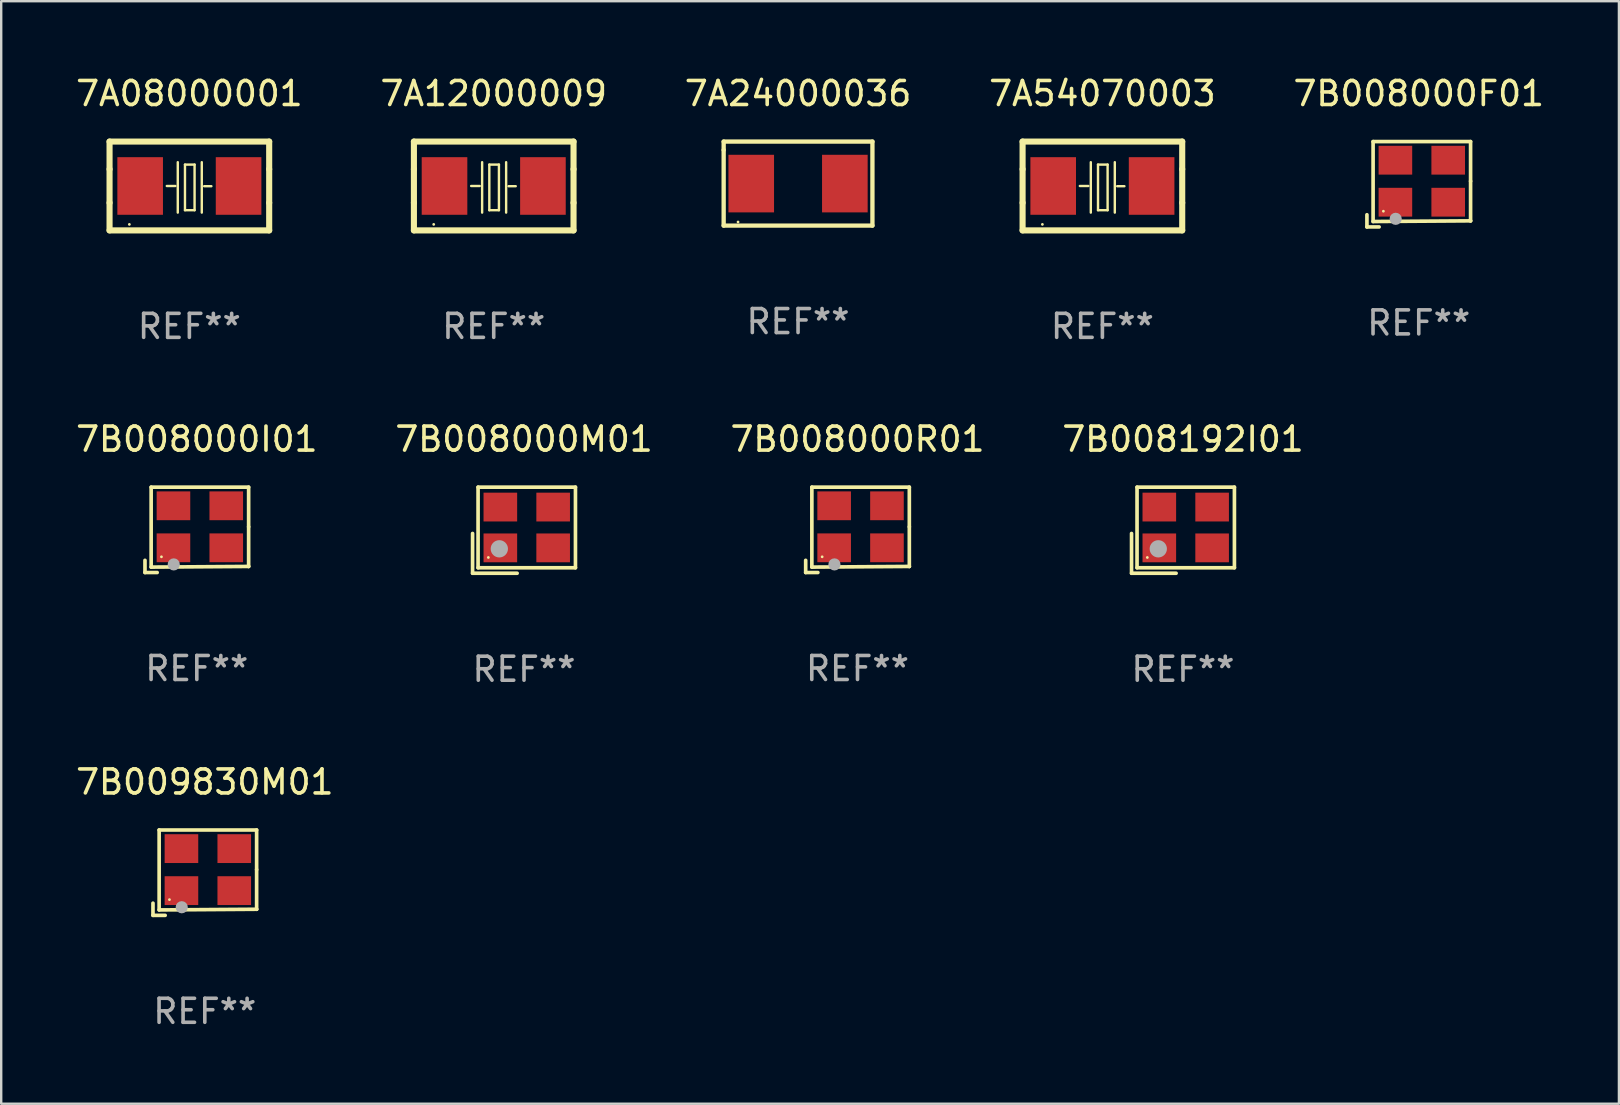
<source format=kicad_pcb>
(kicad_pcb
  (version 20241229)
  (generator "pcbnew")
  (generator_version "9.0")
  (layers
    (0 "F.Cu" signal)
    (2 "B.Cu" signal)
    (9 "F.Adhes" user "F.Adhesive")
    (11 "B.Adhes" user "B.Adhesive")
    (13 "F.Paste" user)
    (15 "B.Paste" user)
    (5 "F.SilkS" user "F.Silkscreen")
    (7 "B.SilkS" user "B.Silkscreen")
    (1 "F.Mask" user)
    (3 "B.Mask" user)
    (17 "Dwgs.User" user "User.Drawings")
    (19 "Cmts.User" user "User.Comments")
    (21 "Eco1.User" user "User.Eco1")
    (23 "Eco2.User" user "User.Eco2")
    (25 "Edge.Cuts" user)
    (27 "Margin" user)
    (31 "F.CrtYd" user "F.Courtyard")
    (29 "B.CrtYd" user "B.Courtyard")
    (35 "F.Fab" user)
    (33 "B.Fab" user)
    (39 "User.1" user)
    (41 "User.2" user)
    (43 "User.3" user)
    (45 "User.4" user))
  (footprint "7B008000R01"
    (layer "F.Cu")
    (at 32.673 19.023)
    (property "Reference" "7B008000R01" (at 0 -3.778 0) (layer "F.SilkS") (effects (font (size 1 1) (thickness 0.15))))
    (attr through_hole)
    (fp_line (start -2.159 1.27) (end -2.159 1.778) (stroke (width 0.152) (type solid)) (layer "F.SilkS"))
    (fp_line (start -2.159 1.778) (end -1.651 1.778) (stroke (width 0.152) (type solid)) (layer "F.SilkS"))
    (fp_line (start -1.902 -1.778) (end 2.159 -1.778) (stroke (width 0.152) (type solid)) (layer "F.SilkS"))
    (fp_line (start -1.902 1.552) (end -1.902 -1.778) (stroke (width 0.152) (type solid)) (layer "F.SilkS"))
    (fp_line (start 2.159 -1.778) (end 2.159 -0.127) (stroke (width 0.152) (type solid)) (layer "F.SilkS"))
    (fp_line (start 2.159 -0.127) (end 2.159 1.524) (stroke (width 0.152) (type solid)) (layer "F.SilkS"))
    (fp_line (start 2.159 1.524) (end -1.902 1.552) (stroke (width 0.152) (type solid)) (layer "F.SilkS"))
    (fp_line (start 2.159 1.524) (end 2.159 1.524) (stroke (width 0.152) (type solid)) (layer "F.SilkS"))
    (fp_circle (center -1.473 1.123) (end -1.443 1.123) (stroke (width 0.06) (type solid)) (fill no) (layer "F.SilkS"))
    (fp_circle (center -0.961 1.44) (end -0.834 1.44) (stroke (width 0.254) (type solid)) (fill no) (layer "F.Fab"))
    (fp_text user "REF**" (at 0 5.778 0) (layer "F.Fab") (effects (font (size 1 1) (thickness 0.15))))
    (pad "1" smd rect (at -0.973 0.748) (size 1.4 1.2) (layers "F.Cu" "F.Mask" "F.Paste"))
    (pad "2" smd rect (at 1.227 0.748) (size 1.4 1.2) (layers "F.Cu" "F.Mask" "F.Paste"))
    (pad "3" smd rect (at 1.227 -1.002) (size 1.4 1.2) (layers "F.Cu" "F.Mask" "F.Paste"))
    (pad "4" smd rect (at -0.973 -1.002) (size 1.4 1.2) (layers "F.Cu" "F.Mask" "F.Paste")))
  (footprint "7B008192I01"
    (layer "F.Cu")
    (at 46.232 19.038)
    (property "Reference" "7B008192I01" (at 0 -3.793 0) (layer "F.SilkS") (effects (font (size 1 1) (thickness 0.15))))
    (attr through_hole)
    (fp_line (start -2.143 0.136) (end -2.143 1.793) (stroke (width 0.152) (type solid)) (layer "F.SilkS"))
    (fp_line (start -2.143 1.793) (end -0.286 1.793) (stroke (width 0.152) (type solid)) (layer "F.SilkS"))
    (fp_line (start -1.914 -1.793) (end 2.143 -1.793) (stroke (width 0.152) (type solid)) (layer "F.SilkS"))
    (fp_line (start -1.914 1.564) (end -1.914 -1.793) (stroke (width 0.152) (type solid)) (layer "F.SilkS"))
    (fp_line (start 2.143 -1.793) (end 2.143 1.564) (stroke (width 0.152) (type solid)) (layer "F.SilkS"))
    (fp_line (start 2.143 1.564) (end -1.914 1.564) (stroke (width 0.152) (type solid)) (layer "F.SilkS"))
    (fp_circle (center -1.486 1.136) (end -1.456 1.136) (stroke (width 0.06) (type solid)) (fill no) (layer "F.SilkS"))
    (fp_circle (center -1.029 0.775) (end -0.849 0.775) (stroke (width 0.36) (type solid)) (fill no) (layer "F.Fab"))
    (fp_text user "REF**" (at 0 5.793 0) (layer "F.Fab") (effects (font (size 1 1) (thickness 0.15))))
    (pad "1" smd rect (at -0.986 0.736) (size 1.4 1.2) (layers "F.Cu" "F.Mask" "F.Paste"))
    (pad "2" smd rect (at 1.214 0.736) (size 1.4 1.2) (layers "F.Cu" "F.Mask" "F.Paste"))
    (pad "3" smd rect (at 1.214 -0.964) (size 1.4 1.2) (layers "F.Cu" "F.Mask" "F.Paste"))
    (pad "4" smd rect (at -0.986 -0.964) (size 1.4 1.2) (layers "F.Cu" "F.Mask" "F.Paste")))
  (footprint "7B008000I01"
    (layer "F.Cu")
    (at 5.149 19.023)
    (property "Reference" "7B008000I01" (at 0 -3.778 0) (layer "F.SilkS") (effects (font (size 1 1) (thickness 0.15))))
    (attr through_hole)
    (fp_line (start -2.159 1.27) (end -2.159 1.778) (stroke (width 0.152) (type solid)) (layer "F.SilkS"))
    (fp_line (start -2.159 1.778) (end -1.651 1.778) (stroke (width 0.152) (type solid)) (layer "F.SilkS"))
    (fp_line (start -1.902 -1.778) (end 2.159 -1.778) (stroke (width 0.152) (type solid)) (layer "F.SilkS"))
    (fp_line (start -1.902 1.552) (end -1.902 -1.778) (stroke (width 0.152) (type solid)) (layer "F.SilkS"))
    (fp_line (start 2.159 -1.778) (end 2.159 -0.127) (stroke (width 0.152) (type solid)) (layer "F.SilkS"))
    (fp_line (start 2.159 -0.127) (end 2.159 1.524) (stroke (width 0.152) (type solid)) (layer "F.SilkS"))
    (fp_line (start 2.159 1.524) (end -1.902 1.552) (stroke (width 0.152) (type solid)) (layer "F.SilkS"))
    (fp_line (start 2.159 1.524) (end 2.159 1.524) (stroke (width 0.152) (type solid)) (layer "F.SilkS"))
    (fp_circle (center -1.473 1.123) (end -1.443 1.123) (stroke (width 0.06) (type solid)) (fill no) (layer "F.SilkS"))
    (fp_circle (center -0.961 1.44) (end -0.834 1.44) (stroke (width 0.254) (type solid)) (fill no) (layer "F.Fab"))
    (fp_text user "REF**" (at 0 5.778 0) (layer "F.Fab") (effects (font (size 1 1) (thickness 0.15))))
    (pad "1" smd rect (at -0.973 0.748) (size 1.4 1.2) (layers "F.Cu" "F.Mask" "F.Paste"))
    (pad "2" smd rect (at 1.227 0.748) (size 1.4 1.2) (layers "F.Cu" "F.Mask" "F.Paste"))
    (pad "3" smd rect (at 1.227 -1.002) (size 1.4 1.2) (layers "F.Cu" "F.Mask" "F.Paste"))
    (pad "4" smd rect (at -0.973 -1.002) (size 1.4 1.2) (layers "F.Cu" "F.Mask" "F.Paste")))
  (footprint "7B009830M01"
    (layer "F.Cu")
    (at 5.482 33.305)
    (property "Reference" "7B009830M01" (at 0 -3.778 0) (layer "F.SilkS") (effects (font (size 1 1) (thickness 0.15))))
    (attr through_hole)
    (fp_line (start -2.159 1.27) (end -2.159 1.778) (stroke (width 0.152) (type solid)) (layer "F.SilkS"))
    (fp_line (start -2.159 1.778) (end -1.651 1.778) (stroke (width 0.152) (type solid)) (layer "F.SilkS"))
    (fp_line (start -1.902 -1.778) (end 2.159 -1.778) (stroke (width 0.152) (type solid)) (layer "F.SilkS"))
    (fp_line (start -1.902 1.552) (end -1.902 -1.778) (stroke (width 0.152) (type solid)) (layer "F.SilkS"))
    (fp_line (start 2.159 -1.778) (end 2.159 -0.127) (stroke (width 0.152) (type solid)) (layer "F.SilkS"))
    (fp_line (start 2.159 -0.127) (end 2.159 1.524) (stroke (width 0.152) (type solid)) (layer "F.SilkS"))
    (fp_line (start 2.159 1.524) (end -1.902 1.552) (stroke (width 0.152) (type solid)) (layer "F.SilkS"))
    (fp_line (start 2.159 1.524) (end 2.159 1.524) (stroke (width 0.152) (type solid)) (layer "F.SilkS"))
    (fp_circle (center -1.473 1.123) (end -1.443 1.123) (stroke (width 0.06) (type solid)) (fill no) (layer "F.SilkS"))
    (fp_circle (center -0.961 1.44) (end -0.834 1.44) (stroke (width 0.254) (type solid)) (fill no) (layer "F.Fab"))
    (fp_text user "REF**" (at 0 5.778 0) (layer "F.Fab") (effects (font (size 1 1) (thickness 0.15))))
    (pad "1" smd rect (at -0.973 0.748) (size 1.4 1.2) (layers "F.Cu" "F.Mask" "F.Paste"))
    (pad "2" smd rect (at 1.227 0.748) (size 1.4 1.2) (layers "F.Cu" "F.Mask" "F.Paste"))
    (pad "3" smd rect (at 1.227 -1.002) (size 1.4 1.2) (layers "F.Cu" "F.Mask" "F.Paste"))
    (pad "4" smd rect (at -0.973 -1.002) (size 1.4 1.2) (layers "F.Cu" "F.Mask" "F.Paste")))
  (footprint "7A24000036"
    (layer "F.Cu")
    (at 30.196 4.598)
    (property "Reference" "7A24000036" (at 0 -3.75 0) (layer "F.SilkS") (effects (font (size 1 1) (thickness 0.15))))
    (attr through_hole)
    (fp_line (start -3.099 -1.75) (end 3.099 -1.75) (stroke (width 0.18) (type solid)) (layer "F.SilkS"))
    (fp_line (start -3.099 -1.4) (end -3.099 -1.75) (stroke (width 0.18) (type solid)) (layer "F.SilkS"))
    (fp_line (start -3.099 1.75) (end -3.099 -1.4) (stroke (width 0.18) (type solid)) (layer "F.SilkS"))
    (fp_line (start 3.099 -1.75) (end 3.099 1.75) (stroke (width 0.18) (type solid)) (layer "F.SilkS"))
    (fp_line (start 3.099 1.75) (end -3.099 1.75) (stroke (width 0.18) (type solid)) (layer "F.SilkS"))
    (fp_circle (center -2.5 1.6) (end -2.47 1.6) (stroke (width 0.06) (type solid)) (fill no) (layer "F.SilkS"))
    (fp_text user "REF**" (at 0 5.75 0) (layer "F.Fab") (effects (font (size 1 1) (thickness 0.15))))
    (pad "1" smd rect (at -1.95 0) (size 1.9 2.4) (layers "F.Cu" "F.Mask" "F.Paste"))
    (pad "2" smd rect (at 1.95 0) (size 1.9 2.4) (layers "F.Cu" "F.Mask" "F.Paste")))
  (footprint "7B008000M01"
    (layer "F.Cu")
    (at 18.78 19.038)
    (property "Reference" "7B008000M01" (at 0 -3.793 0) (layer "F.SilkS") (effects (font (size 1 1) (thickness 0.15))))
    (attr through_hole)
    (fp_line (start -2.143 0.136) (end -2.143 1.793) (stroke (width 0.152) (type solid)) (layer "F.SilkS"))
    (fp_line (start -2.143 1.793) (end -0.286 1.793) (stroke (width 0.152) (type solid)) (layer "F.SilkS"))
    (fp_line (start -1.914 -1.793) (end 2.143 -1.793) (stroke (width 0.152) (type solid)) (layer "F.SilkS"))
    (fp_line (start -1.914 1.564) (end -1.914 -1.793) (stroke (width 0.152) (type solid)) (layer "F.SilkS"))
    (fp_line (start 2.143 -1.793) (end 2.143 1.564) (stroke (width 0.152) (type solid)) (layer "F.SilkS"))
    (fp_line (start 2.143 1.564) (end -1.914 1.564) (stroke (width 0.152) (type solid)) (layer "F.SilkS"))
    (fp_circle (center -1.486 1.136) (end -1.456 1.136) (stroke (width 0.06) (type solid)) (fill no) (layer "F.SilkS"))
    (fp_circle (center -1.029 0.775) (end -0.849 0.775) (stroke (width 0.36) (type solid)) (fill no) (layer "F.Fab"))
    (fp_text user "REF**" (at 0 5.793 0) (layer "F.Fab") (effects (font (size 1 1) (thickness 0.15))))
    (pad "1" smd rect (at -0.986 0.736) (size 1.4 1.2) (layers "F.Cu" "F.Mask" "F.Paste"))
    (pad "2" smd rect (at 1.214 0.736) (size 1.4 1.2) (layers "F.Cu" "F.Mask" "F.Paste"))
    (pad "3" smd rect (at 1.214 -0.964) (size 1.4 1.2) (layers "F.Cu" "F.Mask" "F.Paste"))
    (pad "4" smd rect (at -0.986 -0.964) (size 1.4 1.2) (layers "F.Cu" "F.Mask" "F.Paste")))
  (footprint "7A54070003"
    (layer "F.Cu")
    (at 42.875 4.698)
    (property "Reference" "7A54070003" (at 0 -3.85 0) (layer "F.SilkS") (effects (font (size 1 1) (thickness 0.15))))
    (attr through_hole)
    (fp_line (start -3.325 0.7) (end -3.325 -0.7) (stroke (width 0.254) (type solid)) (layer "F.SilkS"))
    (fp_line (start -3.325 -1.85) (end 3.325 -1.85) (stroke (width 0.254) (type solid)) (layer "F.SilkS"))
    (fp_line (start -3.325 -0.7) (end -3.325 -1.85) (stroke (width 0.254) (type solid)) (layer "F.SilkS"))
    (fp_line (start -3.325 1.85) (end -3.325 0.7) (stroke (width 0.254) (type solid)) (layer "F.SilkS"))
    (fp_line (start -0.94 -0.000127) (end -0.584 -0.000127) (stroke (width 0.1) (type solid)) (layer "F.SilkS"))
    (fp_line (start -0.483 -0.991) (end -0.483 1.109) (stroke (width 0.1) (type solid)) (layer "F.SilkS"))
    (fp_line (start -0.183 -0.891) (end -0.183 1.009) (stroke (width 0.1) (type solid)) (layer "F.SilkS"))
    (fp_line (start -0.183 1.009) (end 0.217 1.009) (stroke (width 0.1) (type solid)) (layer "F.SilkS"))
    (fp_line (start 0.217 -0.891) (end -0.183 -0.891) (stroke (width 0.1) (type solid)) (layer "F.SilkS"))
    (fp_line (start 0.217 1.009) (end 0.217 -0.891) (stroke (width 0.1) (type solid)) (layer "F.SilkS"))
    (fp_line (start 0.517 -0.991) (end 0.517 1.109) (stroke (width 0.1) (type solid)) (layer "F.SilkS"))
    (fp_line (start 0.617 0.009) (end 0.917 0.009) (stroke (width 0.1) (type solid)) (layer "F.SilkS"))
    (fp_line (start 3.325 -1.85) (end 3.325 -0.7) (stroke (width 0.254) (type solid)) (layer "F.SilkS"))
    (fp_line (start 3.325 0.7) (end 3.325 1.85) (stroke (width 0.254) (type solid)) (layer "F.SilkS"))
    (fp_line (start 3.325 1.85) (end -3.325 1.85) (stroke (width 0.254) (type solid)) (layer "F.SilkS"))
    (fp_line (start 3.325 -0.7) (end 3.325 0.7) (stroke (width 0.254) (type solid)) (layer "F.SilkS"))
    (fp_circle (center -2.5 1.6) (end -2.47 1.6) (stroke (width 0.06) (type solid)) (fill no) (layer "F.SilkS"))
    (fp_text user "REF**" (at 0 5.85 0) (layer "F.Fab") (effects (font (size 1 1) (thickness 0.15))))
    (pad "1" smd rect (at -2.05 -0.000127) (size 1.9 2.4) (layers "F.Cu" "F.Mask" "F.Paste"))
    (pad "2" smd rect (at 2.05 -0.000127) (size 1.9 2.4) (layers "F.Cu" "F.Mask" "F.Paste")))
  (footprint "7B008000F01"
    (layer "F.Cu")
    (at 56.054 4.626)
    (property "Reference" "7B008000F01" (at 0 -3.778 0) (layer "F.SilkS") (effects (font (size 1 1) (thickness 0.15))))
    (attr through_hole)
    (fp_line (start -2.159 1.27) (end -2.159 1.778) (stroke (width 0.152) (type solid)) (layer "F.SilkS"))
    (fp_line (start -2.159 1.778) (end -1.651 1.778) (stroke (width 0.152) (type solid)) (layer "F.SilkS"))
    (fp_line (start -1.902 -1.778) (end 2.159 -1.778) (stroke (width 0.152) (type solid)) (layer "F.SilkS"))
    (fp_line (start -1.902 1.552) (end -1.902 -1.778) (stroke (width 0.152) (type solid)) (layer "F.SilkS"))
    (fp_line (start 2.159 -1.778) (end 2.159 -0.127) (stroke (width 0.152) (type solid)) (layer "F.SilkS"))
    (fp_line (start 2.159 -0.127) (end 2.159 1.524) (stroke (width 0.152) (type solid)) (layer "F.SilkS"))
    (fp_line (start 2.159 1.524) (end -1.902 1.552) (stroke (width 0.152) (type solid)) (layer "F.SilkS"))
    (fp_line (start 2.159 1.524) (end 2.159 1.524) (stroke (width 0.152) (type solid)) (layer "F.SilkS"))
    (fp_circle (center -1.473 1.123) (end -1.443 1.123) (stroke (width 0.06) (type solid)) (fill no) (layer "F.SilkS"))
    (fp_circle (center -0.961 1.44) (end -0.834 1.44) (stroke (width 0.254) (type solid)) (fill no) (layer "F.Fab"))
    (fp_text user "REF**" (at 0 5.778 0) (layer "F.Fab") (effects (font (size 1 1) (thickness 0.15))))
    (pad "1" smd rect (at -0.973 0.748) (size 1.4 1.2) (layers "F.Cu" "F.Mask" "F.Paste"))
    (pad "2" smd rect (at 1.227 0.748) (size 1.4 1.2) (layers "F.Cu" "F.Mask" "F.Paste"))
    (pad "3" smd rect (at 1.227 -1.002) (size 1.4 1.2) (layers "F.Cu" "F.Mask" "F.Paste"))
    (pad "4" smd rect (at -0.973 -1.002) (size 1.4 1.2) (layers "F.Cu" "F.Mask" "F.Paste")))
  (footprint "7A12000009"
    (layer "F.Cu")
    (at 17.518 4.698)
    (property "Reference" "7A12000009" (at 0 -3.85 0) (layer "F.SilkS") (effects (font (size 1 1) (thickness 0.15))))
    (attr through_hole)
    (fp_line (start -3.325 0.7) (end -3.325 -0.7) (stroke (width 0.254) (type solid)) (layer "F.SilkS"))
    (fp_line (start -3.325 -1.85) (end 3.325 -1.85) (stroke (width 0.254) (type solid)) (layer "F.SilkS"))
    (fp_line (start -3.325 -0.7) (end -3.325 -1.85) (stroke (width 0.254) (type solid)) (layer "F.SilkS"))
    (fp_line (start -3.325 1.85) (end -3.325 0.7) (stroke (width 0.254) (type solid)) (layer "F.SilkS"))
    (fp_line (start -0.94 -0.000127) (end -0.584 -0.000127) (stroke (width 0.1) (type solid)) (layer "F.SilkS"))
    (fp_line (start -0.483 -0.991) (end -0.483 1.109) (stroke (width 0.1) (type solid)) (layer "F.SilkS"))
    (fp_line (start -0.183 -0.891) (end -0.183 1.009) (stroke (width 0.1) (type solid)) (layer "F.SilkS"))
    (fp_line (start -0.183 1.009) (end 0.217 1.009) (stroke (width 0.1) (type solid)) (layer "F.SilkS"))
    (fp_line (start 0.217 -0.891) (end -0.183 -0.891) (stroke (width 0.1) (type solid)) (layer "F.SilkS"))
    (fp_line (start 0.217 1.009) (end 0.217 -0.891) (stroke (width 0.1) (type solid)) (layer "F.SilkS"))
    (fp_line (start 0.517 -0.991) (end 0.517 1.109) (stroke (width 0.1) (type solid)) (layer "F.SilkS"))
    (fp_line (start 0.617 0.009) (end 0.917 0.009) (stroke (width 0.1) (type solid)) (layer "F.SilkS"))
    (fp_line (start 3.325 -1.85) (end 3.325 -0.7) (stroke (width 0.254) (type solid)) (layer "F.SilkS"))
    (fp_line (start 3.325 0.7) (end 3.325 1.85) (stroke (width 0.254) (type solid)) (layer "F.SilkS"))
    (fp_line (start 3.325 1.85) (end -3.325 1.85) (stroke (width 0.254) (type solid)) (layer "F.SilkS"))
    (fp_line (start 3.325 -0.7) (end 3.325 0.7) (stroke (width 0.254) (type solid)) (layer "F.SilkS"))
    (fp_circle (center -2.5 1.6) (end -2.47 1.6) (stroke (width 0.06) (type solid)) (fill no) (layer "F.SilkS"))
    (fp_text user "REF**" (at 0 5.85 0) (layer "F.Fab") (effects (font (size 1 1) (thickness 0.15))))
    (pad "1" smd rect (at -2.05 -0.000127) (size 1.9 2.4) (layers "F.Cu" "F.Mask" "F.Paste"))
    (pad "2" smd rect (at 2.05 -0.000127) (size 1.9 2.4) (layers "F.Cu" "F.Mask" "F.Paste")))
  (footprint "7A08000001"
    (layer "F.Cu")
    (at 4.839 4.698)
    (property "Reference" "7A08000001" (at 0 -3.85 0) (layer "F.SilkS") (effects (font (size 1 1) (thickness 0.15))))
    (attr through_hole)
    (fp_line (start -3.325 0.7) (end -3.325 -0.7) (stroke (width 0.254) (type solid)) (layer "F.SilkS"))
    (fp_line (start -3.325 -1.85) (end 3.325 -1.85) (stroke (width 0.254) (type solid)) (layer "F.SilkS"))
    (fp_line (start -3.325 -0.7) (end -3.325 -1.85) (stroke (width 0.254) (type solid)) (layer "F.SilkS"))
    (fp_line (start -3.325 1.85) (end -3.325 0.7) (stroke (width 0.254) (type solid)) (layer "F.SilkS"))
    (fp_line (start -0.94 -0.000127) (end -0.584 -0.000127) (stroke (width 0.1) (type solid)) (layer "F.SilkS"))
    (fp_line (start -0.483 -0.991) (end -0.483 1.109) (stroke (width 0.1) (type solid)) (layer "F.SilkS"))
    (fp_line (start -0.183 -0.891) (end -0.183 1.009) (stroke (width 0.1) (type solid)) (layer "F.SilkS"))
    (fp_line (start -0.183 1.009) (end 0.217 1.009) (stroke (width 0.1) (type solid)) (layer "F.SilkS"))
    (fp_line (start 0.217 -0.891) (end -0.183 -0.891) (stroke (width 0.1) (type solid)) (layer "F.SilkS"))
    (fp_line (start 0.217 1.009) (end 0.217 -0.891) (stroke (width 0.1) (type solid)) (layer "F.SilkS"))
    (fp_line (start 0.517 -0.991) (end 0.517 1.109) (stroke (width 0.1) (type solid)) (layer "F.SilkS"))
    (fp_line (start 0.617 0.009) (end 0.917 0.009) (stroke (width 0.1) (type solid)) (layer "F.SilkS"))
    (fp_line (start 3.325 -1.85) (end 3.325 -0.7) (stroke (width 0.254) (type solid)) (layer "F.SilkS"))
    (fp_line (start 3.325 0.7) (end 3.325 1.85) (stroke (width 0.254) (type solid)) (layer "F.SilkS"))
    (fp_line (start 3.325 1.85) (end -3.325 1.85) (stroke (width 0.254) (type solid)) (layer "F.SilkS"))
    (fp_line (start 3.325 -0.7) (end 3.325 0.7) (stroke (width 0.254) (type solid)) (layer "F.SilkS"))
    (fp_circle (center -2.5 1.6) (end -2.47 1.6) (stroke (width 0.06) (type solid)) (fill no) (layer "F.SilkS"))
    (fp_text user "REF**" (at 0 5.85 0) (layer "F.Fab") (effects (font (size 1 1) (thickness 0.15))))
    (pad "1" smd rect (at -2.05 -0.000127) (size 1.9 2.4) (layers "F.Cu" "F.Mask" "F.Paste"))
    (pad "2" smd rect (at 2.05 -0.000127) (size 1.9 2.4) (layers "F.Cu" "F.Mask" "F.Paste")))
  (gr_rect
    (start -3 -3)
    (end 64.393 42.931)
    (stroke (width 0.1) (type default))
    (fill no)
    (layer "Edge.Cuts")))
</source>
